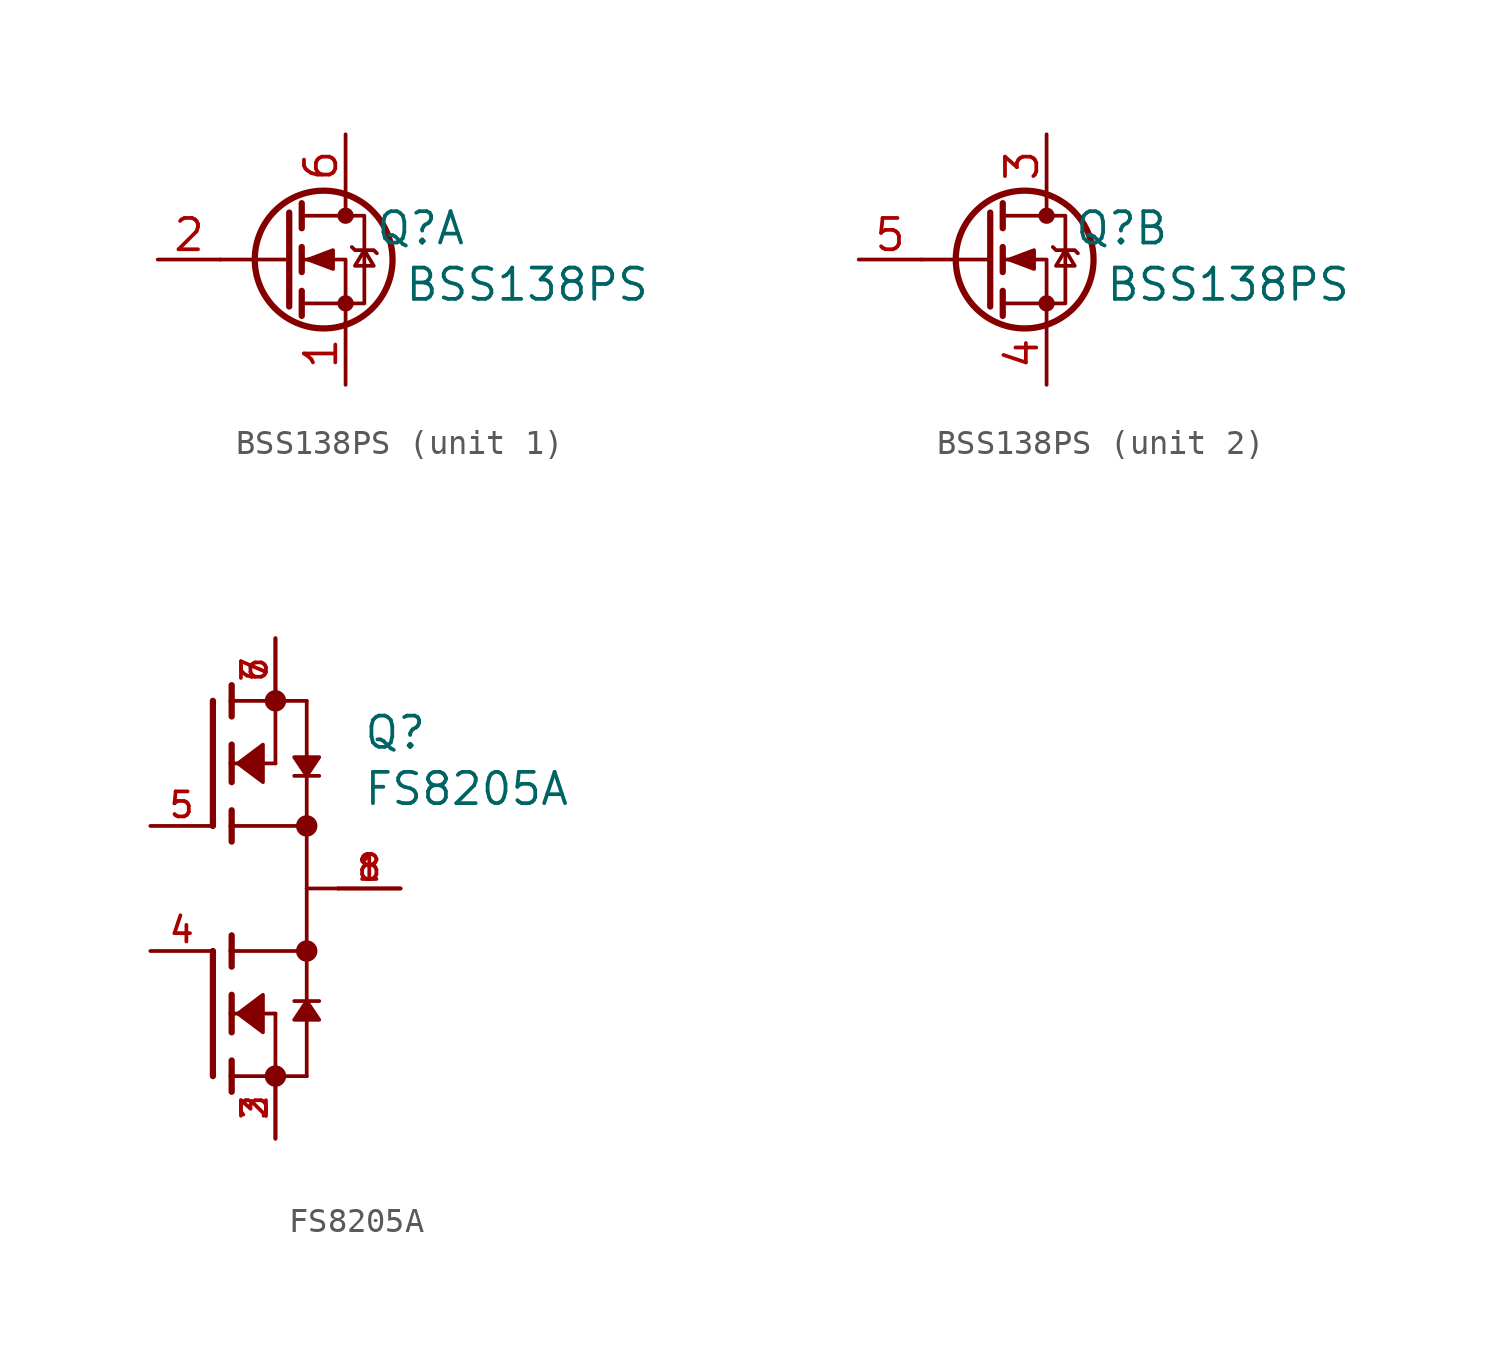
<source format=kicad_sym>
(kicad_symbol_lib
  (version 20241209)
  (generator "kicad_symbol_editor")
  (generator_version "9.0")
  (symbol "BSS138PS"
    (property "Reference" "Q"
      (at 3.048 1.27 0)
      (effects (font (size 1.27 1.27))))
    (property "Value" "BSS138PS"
      (at 7.366 -1.016 0)
      (effects (font (size 1.27 1.27))))
    (symbol "BSS138PS_0_1"
      (polyline (pts (xy -2.286 1.905) (xy -2.286 -1.905)) (stroke (width 0.254) (type default)) (fill (type none)))
      (polyline (pts (xy -2.286 0) (xy -5.08 0)) (stroke (width 0) (type default)) (fill (type none)))
      (polyline (pts (xy -1.778 2.286) (xy -1.778 1.27)) (stroke (width 0.254) (type default)) (fill (type none)))
      (polyline (pts (xy -1.778 0.508) (xy -1.778 -0.508)) (stroke (width 0.254) (type default)) (fill (type none)))
      (polyline (pts (xy -1.778 -1.27) (xy -1.778 -2.286)) (stroke (width 0.254) (type default)) (fill (type none)))
      (polyline (pts (xy -1.778 -1.778) (xy 0.762 -1.778) (xy 0.762 1.778) (xy -1.778 1.778)) (stroke (width 0) (type default)) (fill (type none)))
      (polyline (pts (xy -1.524 0) (xy -0.508 0.381) (xy -0.508 -0.381) (xy -1.524 0)) (stroke (width 0) (type default)) (fill (type outline)))
      (circle (center -0.889 0) (radius 2.794) (stroke (width 0.254) (type default)) (fill (type none)))
      (polyline (pts (xy 0 2.54) (xy 0 1.778)) (stroke (width 0) (type default)) (fill (type none)))
      (circle (center 0 1.778) (radius 0.254) (stroke (width 0) (type default)) (fill (type outline)))
      (circle (center 0 -1.778) (radius 0.254) (stroke (width 0) (type default)) (fill (type outline)))
      (polyline (pts (xy 0 -2.54) (xy 0 0) (xy -1.778 0)) (stroke (width 0) (type default)) (fill (type none)))
      (polyline (pts (xy 0.254 0.508) (xy 0.381 0.381) (xy 1.143 0.381) (xy 1.27 0.254)) (stroke (width 0) (type default)) (fill (type none)))
      (polyline (pts (xy 0.762 0.381) (xy 0.381 -0.254) (xy 1.143 -0.254) (xy 0.762 0.381)) (stroke (width 0) (type default)) (fill (type none))))
    (symbol "BSS138PS_1_1"
      (pin input line (at -7.62 0 0) (length 2.54) (name "G" (effects (font (size 0 0)))) (number "2" (effects (font (size 1.27 1.27)))))
      (pin passive line (at 0 5.08 270) (length 2.54) (name "D" (effects (font (size 0 0)))) (number "6" (effects (font (size 1.27 1.27)))))
      (pin passive line (at 0 -5.08 90) (length 2.54) (name "S" (effects (font (size 0 0)))) (number "1" (effects (font (size 1.27 1.27))))))
    (symbol "BSS138PS_2_1"
      (pin input line (at -7.62 0 0) (length 2.54) (name "G" (effects (font (size 0 0)))) (number "5" (effects (font (size 1.27 1.27)))))
      (pin passive line (at 0 5.08 270) (length 2.54) (name "D" (effects (font (size 0 0)))) (number "3" (effects (font (size 1.27 1.27)))))
      (pin passive line (at 0 -5.08 90) (length 2.54) (name "S" (effects (font (size 0 0)))) (number "4" (effects (font (size 1.27 1.27)))))))
  (symbol "FS8205A"
    (pin_names
      (offset 1.016))
    (property "Reference" "Q"
      (at 3.556 5.588 0)
      (effects (font (size 1.27 1.27)) (justify left bottom)))
    (property "Value" "FS8205A"
      (at 3.556 3.302 0)
      (effects (font (size 1.27 1.27)) (justify left bottom)))
    (symbol "FS8205A_0_0"
      (polyline (pts (xy -2.54 7.62) (xy -2.54 2.54)) (stroke (width 0.254) (type default)) (fill (type none)))
      (polyline (pts (xy -2.54 -2.54) (xy -2.54 -7.62)) (stroke (width 0.254) (type default)) (fill (type none)))
      (polyline (pts (xy -1.778 8.255) (xy -1.778 7.62)) (stroke (width 0.254) (type default)) (fill (type none)))
      (polyline (pts (xy -1.778 7.62) (xy -1.778 6.985)) (stroke (width 0.254) (type default)) (fill (type none)))
      (polyline (pts (xy -1.778 7.62) (xy 1.27 7.62)) (stroke (width 0.152) (type default)) (fill (type none)))
      (polyline (pts (xy -1.778 5.842) (xy -1.778 5.08)) (stroke (width 0.254) (type default)) (fill (type none)))
      (polyline (pts (xy -1.778 5.08) (xy -1.778 4.318)) (stroke (width 0.254) (type default)) (fill (type none)))
      (polyline (pts (xy -1.778 5.08) (xy 0 5.08)) (stroke (width 0.152) (type default)) (fill (type none)))
      (polyline (pts (xy -1.778 3.175) (xy -1.778 2.54)) (stroke (width 0.254) (type default)) (fill (type none)))
      (polyline (pts (xy -1.778 2.54) (xy -1.778 1.905)) (stroke (width 0.254) (type default)) (fill (type none)))
      (polyline (pts (xy -1.778 -1.905) (xy -1.778 -2.54)) (stroke (width 0.254) (type default)) (fill (type none)))
      (polyline (pts (xy -1.778 -2.54) (xy -1.778 -3.175)) (stroke (width 0.254) (type default)) (fill (type none)))
      (polyline (pts (xy -1.778 -2.54) (xy 1.27 -2.54)) (stroke (width 0.152) (type default)) (fill (type none)))
      (polyline (pts (xy -1.778 -4.318) (xy -1.778 -5.08)) (stroke (width 0.254) (type default)) (fill (type none)))
      (polyline (pts (xy -1.778 -5.08) (xy -1.778 -5.842)) (stroke (width 0.254) (type default)) (fill (type none)))
      (polyline (pts (xy -1.778 -5.08) (xy 0 -5.08)) (stroke (width 0.152) (type default)) (fill (type none)))
      (polyline (pts (xy -1.778 -6.985) (xy -1.778 -7.62)) (stroke (width 0.254) (type default)) (fill (type none)))
      (polyline (pts (xy -1.778 -7.62) (xy -1.778 -8.255)) (stroke (width 0.254) (type default)) (fill (type none)))
      (polyline (pts (xy -1.524 5.08) (xy -0.508 5.842) (xy -0.508 4.318) (xy -1.524 5.08)) (stroke (width 0.152) (type default)) (fill (type outline)))
      (polyline (pts (xy -1.524 -5.08) (xy -0.508 -4.318) (xy -0.508 -5.842) (xy -1.524 -5.08)) (stroke (width 0.152) (type default)) (fill (type outline)))
      (polyline (pts (xy 0 7.62) (xy 0 5.08)) (stroke (width 0.152) (type default)) (fill (type none)))
      (polyline (pts (xy 0 -5.08) (xy 0 -7.62)) (stroke (width 0.152) (type default)) (fill (type none)))
      (polyline (pts (xy 0 -7.62) (xy -1.778 -7.62)) (stroke (width 0.152) (type default)) (fill (type none)))
      (polyline (pts (xy 0 -7.62) (xy 1.27 -7.62)) (stroke (width 0.152) (type default)) (fill (type none)))
      (polyline (pts (xy 0.762 4.572) (xy 1.27 4.572)) (stroke (width 0.152) (type default)) (fill (type none)))
      (polyline (pts (xy 1.27 4.572) (xy 1.27 7.62)) (stroke (width 0.152) (type default)) (fill (type none)))
      (polyline (pts (xy 1.27 4.572) (xy 1.778 4.572)) (stroke (width 0.152) (type default)) (fill (type none)))
      (polyline (pts (xy 1.27 4.572) (xy 1.778 5.334) (xy 0.762 5.334) (xy 1.27 4.572)) (stroke (width 0.152) (type default)) (fill (type outline)))
      (polyline (pts (xy 1.27 2.54) (xy -1.778 2.54)) (stroke (width 0.152) (type default)) (fill (type none)))
      (polyline (pts (xy 1.27 2.54) (xy 1.27 4.572)) (stroke (width 0.152) (type default)) (fill (type none)))
      (polyline (pts (xy 1.27 0) (xy 1.27 2.54)) (stroke (width 0.152) (type default)) (fill (type none)))
      (polyline (pts (xy 1.27 0) (xy 2.54 0)) (stroke (width 0.152) (type default)) (fill (type none)))
      (polyline (pts (xy 1.27 -2.54) (xy 1.27 0)) (stroke (width 0.152) (type default)) (fill (type none)))
      (polyline (pts (xy 1.27 -2.54) (xy 1.27 -4.572)) (stroke (width 0.152) (type default)) (fill (type none)))
      (polyline (pts (xy 1.27 -4.572) (xy 0.762 -4.572)) (stroke (width 0.152) (type default)) (fill (type none)))
      (polyline (pts (xy 1.27 -4.572) (xy 1.27 -7.62)) (stroke (width 0.152) (type default)) (fill (type none)))
      (polyline (pts (xy 1.27 -4.572) (xy 0.762 -5.334) (xy 1.778 -5.334) (xy 1.27 -4.572)) (stroke (width 0.152) (type default)) (fill (type outline)))
      (polyline (pts (xy 1.778 -4.572) (xy 1.27 -4.572)) (stroke (width 0.152) (type default)) (fill (type none)))
      (pin passive line (at -5.08 2.54 0) (length 2.54) (name "~" (effects (font (size 1.016 1.016)))) (number "5" (effects (font (size 1.016 1.016)))))
      (pin passive line (at -5.08 -2.54 0) (length 2.54) (name "~" (effects (font (size 1.016 1.016)))) (number "4" (effects (font (size 1.016 1.016)))))
      (pin passive line (at 0 10.16 270) (length 2.54) (name "~" (effects (font (size 1.016 1.016)))) (number "6" (effects (font (size 1.016 1.016)))))
      (pin passive line (at 0 10.16 270) (length 2.54) (name "~" (effects (font (size 1.016 1.016)))) (number "7" (effects (font (size 1.016 1.016)))))
      (pin passive line (at 0 -10.16 90) (length 2.54) (name "~" (effects (font (size 1.016 1.016)))) (number "2" (effects (font (size 1.016 1.016)))))
      (pin passive line (at 0 -10.16 90) (length 2.54) (name "~" (effects (font (size 1.016 1.016)))) (number "3" (effects (font (size 1.016 1.016)))))
      (pin passive line (at 5.08 0 180) (length 2.54) (name "~" (effects (font (size 1.016 1.016)))) (number "1" (effects (font (size 1.016 1.016)))))
      (pin passive line (at 5.08 0 180) (length 2.54) (name "~" (effects (font (size 1.016 1.016)))) (number "8" (effects (font (size 1.016 1.016))))))
    (symbol "FS8205A_1_0"
      (circle (center 0 7.62) (radius 0.359) (stroke (width 0) (type solid)) (fill (type outline)))
      (circle (center 0 -7.62) (radius 0.359) (stroke (width 0) (type solid)) (fill (type outline)))
      (circle (center 1.27 2.54) (radius 0.359) (stroke (width 0) (type solid)) (fill (type outline)))
      (circle (center 1.27 -2.54) (radius 0.359) (stroke (width 0) (type solid)) (fill (type outline))))))
</source>
